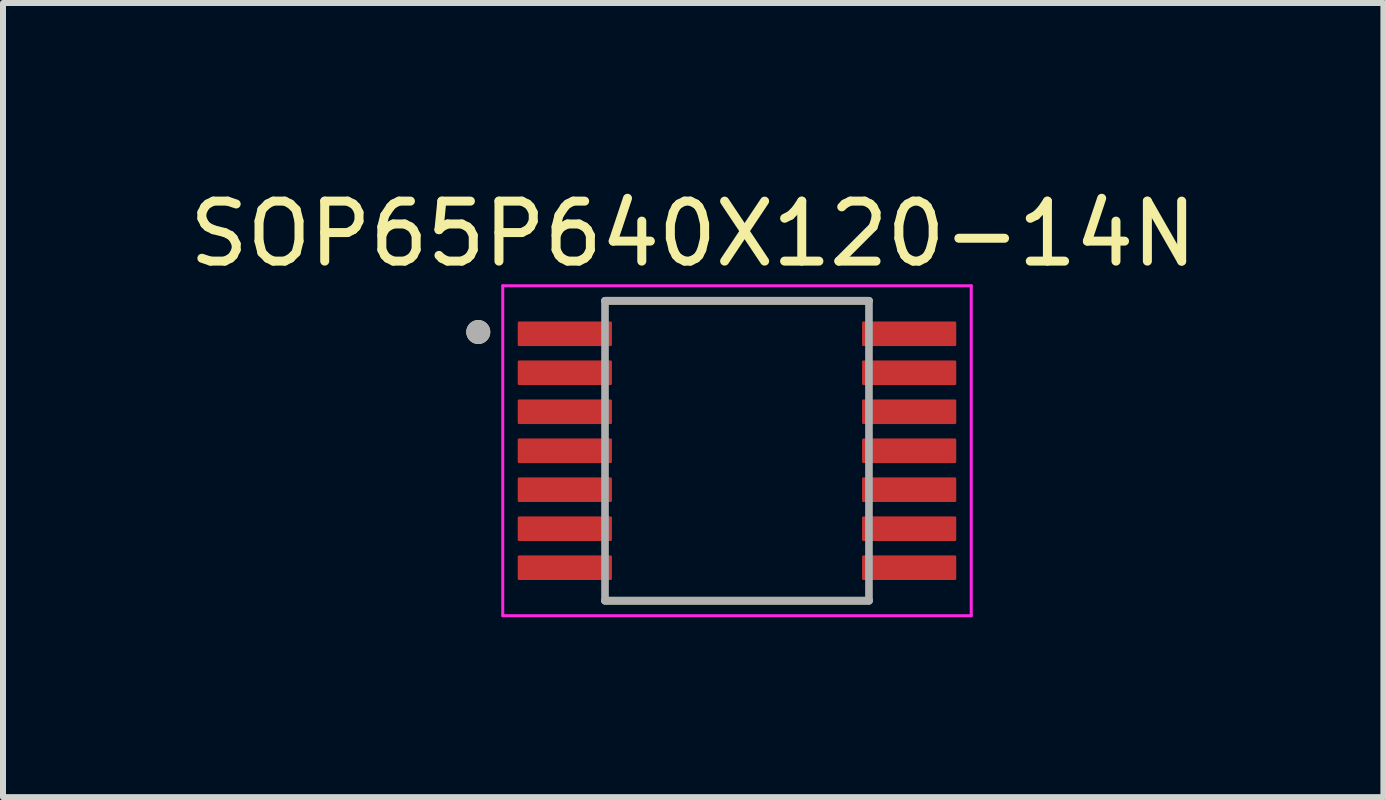
<source format=kicad_pcb>
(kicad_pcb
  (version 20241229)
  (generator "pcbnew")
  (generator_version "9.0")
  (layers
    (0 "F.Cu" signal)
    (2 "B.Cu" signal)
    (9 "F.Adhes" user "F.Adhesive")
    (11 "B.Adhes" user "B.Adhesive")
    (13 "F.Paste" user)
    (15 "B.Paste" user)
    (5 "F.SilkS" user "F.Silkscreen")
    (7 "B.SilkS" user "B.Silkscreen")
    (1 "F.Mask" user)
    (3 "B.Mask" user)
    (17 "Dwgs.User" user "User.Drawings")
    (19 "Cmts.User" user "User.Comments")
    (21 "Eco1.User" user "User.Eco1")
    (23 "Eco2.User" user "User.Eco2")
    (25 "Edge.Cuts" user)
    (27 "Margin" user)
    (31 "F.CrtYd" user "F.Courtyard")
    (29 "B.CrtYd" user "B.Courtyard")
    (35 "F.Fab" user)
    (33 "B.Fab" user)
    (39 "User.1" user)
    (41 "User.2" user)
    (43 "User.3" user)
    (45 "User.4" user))
  (footprint "SOP65P640X120-14N"
    (layer "F.Cu")
    (at 9.236 4.464)
    (property "Reference" "SOP65P640X120-14N" (at -0.73 -3.616 0) (layer "F.SilkS") (effects (font (size 1 1) (thickness 0.15))))
    (attr smd)
    (fp_line (start -2.2 -2.5) (end 2.2 -2.5) (stroke (width 0.127) (type solid)) (layer "F.SilkS"))
    (fp_line (start -2.2 2.5) (end 2.2 2.5) (stroke (width 0.127) (type solid)) (layer "F.SilkS"))
    (fp_circle (center -4.313 -1.979) (end -4.213 -1.979) (stroke (width 0.2) (type solid)) (fill no) (layer "F.SilkS"))
    (fp_line (start -3.905 -2.75) (end -3.905 2.75) (stroke (width 0.05) (type solid)) (layer "F.CrtYd"))
    (fp_line (start -3.905 -2.75) (end 3.905 -2.75) (stroke (width 0.05) (type solid)) (layer "F.CrtYd"))
    (fp_line (start -3.905 2.75) (end 3.905 2.75) (stroke (width 0.05) (type solid)) (layer "F.CrtYd"))
    (fp_line (start 3.905 -2.75) (end 3.905 2.75) (stroke (width 0.05) (type solid)) (layer "F.CrtYd"))
    (fp_line (start -2.2 -2.5) (end -2.2 2.5) (stroke (width 0.127) (type solid)) (layer "F.Fab"))
    (fp_line (start -2.2 -2.5) (end 2.2 -2.5) (stroke (width 0.127) (type solid)) (layer "F.Fab"))
    (fp_line (start -2.2 2.5) (end 2.2 2.5) (stroke (width 0.127) (type solid)) (layer "F.Fab"))
    (fp_line (start 2.2 -2.5) (end 2.2 2.5) (stroke (width 0.127) (type solid)) (layer "F.Fab"))
    (fp_circle (center -4.313 -1.979) (end -4.213 -1.979) (stroke (width 0.2) (type solid)) (fill no) (layer "F.Fab"))
    (pad "1" smd roundrect (at -2.87 -1.95) (size 1.57 0.41) (layers "F.Cu" "F.Mask" "F.Paste") (roundrect_rratio 0.05))
    (pad "2" smd roundrect (at -2.87 -1.3) (size 1.57 0.41) (layers "F.Cu" "F.Mask" "F.Paste") (roundrect_rratio 0.05))
    (pad "3" smd roundrect (at -2.87 -0.65) (size 1.57 0.41) (layers "F.Cu" "F.Mask" "F.Paste") (roundrect_rratio 0.05))
    (pad "4" smd roundrect (at -2.87 0) (size 1.57 0.41) (layers "F.Cu" "F.Mask" "F.Paste") (roundrect_rratio 0.05))
    (pad "5" smd roundrect (at -2.87 0.65) (size 1.57 0.41) (layers "F.Cu" "F.Mask" "F.Paste") (roundrect_rratio 0.05))
    (pad "6" smd roundrect (at -2.87 1.3) (size 1.57 0.41) (layers "F.Cu" "F.Mask" "F.Paste") (roundrect_rratio 0.05))
    (pad "7" smd roundrect (at -2.87 1.95) (size 1.57 0.41) (layers "F.Cu" "F.Mask" "F.Paste") (roundrect_rratio 0.05))
    (pad "8" smd roundrect (at 2.87 1.95) (size 1.57 0.41) (layers "F.Cu" "F.Mask" "F.Paste") (roundrect_rratio 0.05))
    (pad "9" smd roundrect (at 2.87 1.3) (size 1.57 0.41) (layers "F.Cu" "F.Mask" "F.Paste") (roundrect_rratio 0.05))
    (pad "10" smd roundrect (at 2.87 0.65) (size 1.57 0.41) (layers "F.Cu" "F.Mask" "F.Paste") (roundrect_rratio 0.05))
    (pad "11" smd roundrect (at 2.87 0) (size 1.57 0.41) (layers "F.Cu" "F.Mask" "F.Paste") (roundrect_rratio 0.05))
    (pad "12" smd roundrect (at 2.87 -0.65) (size 1.57 0.41) (layers "F.Cu" "F.Mask" "F.Paste") (roundrect_rratio 0.05))
    (pad "13" smd roundrect (at 2.87 -1.3) (size 1.57 0.41) (layers "F.Cu" "F.Mask" "F.Paste") (roundrect_rratio 0.05))
    (pad "14" smd roundrect (at 2.87 -1.95) (size 1.57 0.41) (layers "F.Cu" "F.Mask" "F.Paste") (roundrect_rratio 0.05)))
  (gr_rect
    (start -3 -3)
    (end 20.012 10.239)
    (stroke (width 0.1) (type default))
    (fill no)
    (layer "Edge.Cuts")))
</source>
